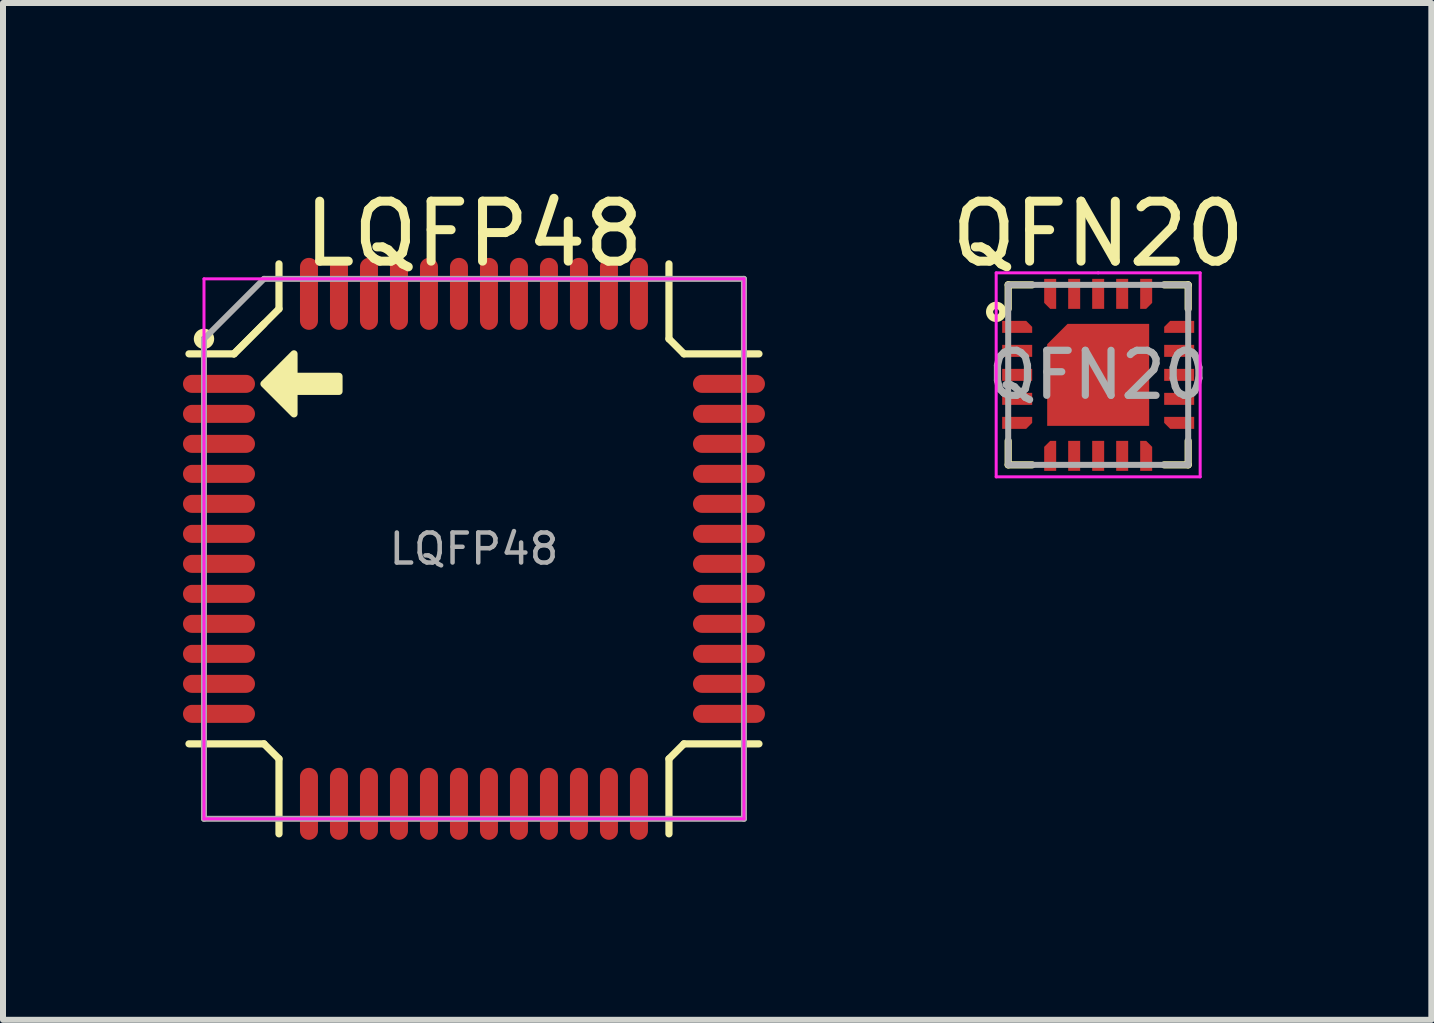
<source format=kicad_pcb>
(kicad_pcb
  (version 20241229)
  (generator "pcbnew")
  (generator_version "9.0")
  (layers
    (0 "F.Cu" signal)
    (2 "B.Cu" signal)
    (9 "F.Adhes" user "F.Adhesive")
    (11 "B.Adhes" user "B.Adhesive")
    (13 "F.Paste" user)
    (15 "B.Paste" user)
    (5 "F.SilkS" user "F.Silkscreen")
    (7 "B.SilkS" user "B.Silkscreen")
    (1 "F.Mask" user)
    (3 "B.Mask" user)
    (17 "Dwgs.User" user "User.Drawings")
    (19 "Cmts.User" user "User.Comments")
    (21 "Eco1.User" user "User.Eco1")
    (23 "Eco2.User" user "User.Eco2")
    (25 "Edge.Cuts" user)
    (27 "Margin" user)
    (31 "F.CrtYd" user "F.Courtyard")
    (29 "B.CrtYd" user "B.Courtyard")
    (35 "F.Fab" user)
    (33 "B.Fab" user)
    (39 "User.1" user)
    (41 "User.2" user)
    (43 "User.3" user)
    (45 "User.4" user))
  (footprint "QFN20"
    (layer "F.Cu")
    (at 15.254 3.198)
    (property "Reference" "QFN20" (at 0 -2.35 0) (unlocked yes) (layer "F.SilkS") (effects (font (size 1 1) (thickness 0.15))))
    (attr smd)
    (fp_line (start -1.5 -1.5) (end -1.1 -1.5) (stroke (width 0.12) (type solid)) (layer "F.SilkS"))
    (fp_line (start -1.5 -1.1) (end -1.5 -1.5) (stroke (width 0.12) (type solid)) (layer "F.SilkS"))
    (fp_line (start -1.5 1.5) (end -1.5 1.1) (stroke (width 0.12) (type solid)) (layer "F.SilkS"))
    (fp_line (start -1.1 1.5) (end -1.5 1.5) (stroke (width 0.12) (type solid)) (layer "F.SilkS"))
    (fp_line (start 1.1 -1.5) (end 1.5 -1.5) (stroke (width 0.12) (type solid)) (layer "F.SilkS"))
    (fp_line (start 1.5 -1.5) (end 1.5 -1.1) (stroke (width 0.12) (type solid)) (layer "F.SilkS"))
    (fp_line (start 1.5 1.1) (end 1.5 1.5) (stroke (width 0.12) (type solid)) (layer "F.SilkS"))
    (fp_line (start 1.5 1.5) (end 1.1 1.5) (stroke (width 0.12) (type solid)) (layer "F.SilkS"))
    (fp_circle (center -1.7 -1.05) (end -1.65 -1.05) (stroke (width 0.12) (type solid)) (fill no) (layer "F.SilkS"))
    (fp_line (start -1.7 -1.7) (end 0 -1.7) (stroke (width 0.05) (type solid)) (layer "F.CrtYd"))
    (fp_line (start -1.7 1.7) (end -1.7 -1.7) (stroke (width 0.05) (type solid)) (layer "F.CrtYd"))
    (fp_line (start 0 -1.7) (end 1.7 -1.7) (stroke (width 0.05) (type solid)) (layer "F.CrtYd"))
    (fp_line (start 1.7 -1.7) (end 1.7 1.7) (stroke (width 0.05) (type solid)) (layer "F.CrtYd"))
    (fp_line (start 1.7 1.7) (end -1.7 1.7) (stroke (width 0.05) (type solid)) (layer "F.CrtYd"))
    (fp_line (start -1.5 -1.5) (end 1.5 -1.5) (stroke (width 0.1) (type solid)) (layer "F.Fab"))
    (fp_line (start -1.5 1.5) (end -1.5 -1.5) (stroke (width 0.1) (type solid)) (layer "F.Fab"))
    (fp_line (start 1.5 -1.5) (end 1.5 1.5) (stroke (width 0.1) (type solid)) (layer "F.Fab"))
    (fp_line (start 1.5 1.5) (end -1.5 1.5) (stroke (width 0.1) (type solid)) (layer "F.Fab"))
    (fp_text user "${REFERENCE}" (at 0 0 0) (unlocked yes) (layer "F.Fab") (effects (font (size 0.75 0.75) (thickness 0.12))))
    (pad "1" smd roundrect (at -1.35 -0.8 90) (size 0.2 0.5) (layers "F.Cu" "F.Mask" "F.Paste") (roundrect_rratio 0) (chamfer_ratio 0.5) (chamfer bottom_right))
    (pad "2" smd rect (at -1.35 -0.4 90) (size 0.2 0.5) (layers "F.Cu" "F.Mask" "F.Paste"))
    (pad "3" smd rect (at -1.35 0 90) (size 0.2 0.5) (layers "F.Cu" "F.Mask" "F.Paste"))
    (pad "4" smd rect (at -1.35 0.4 90) (size 0.2 0.5) (layers "F.Cu" "F.Mask" "F.Paste"))
    (pad "5" smd roundrect (at -1.35 0.8 90) (size 0.2 0.5) (layers "F.Cu" "F.Mask" "F.Paste") (roundrect_rratio 0) (chamfer_ratio 0.5) (chamfer bottom_left))
    (pad "6" smd roundrect (at -0.8 1.35 180) (size 0.2 0.5) (layers "F.Cu" "F.Mask" "F.Paste") (roundrect_rratio 0) (chamfer_ratio 0.5) (chamfer bottom_right))
    (pad "7" smd rect (at -0.4 1.35 180) (size 0.2 0.5) (layers "F.Cu" "F.Mask" "F.Paste"))
    (pad "8" smd rect (at 0 1.35 180) (size 0.2 0.5) (layers "F.Cu" "F.Mask" "F.Paste"))
    (pad "9" smd rect (at 0.4 1.35 180) (size 0.2 0.5) (layers "F.Cu" "F.Mask" "F.Paste"))
    (pad "10" smd roundrect (at 0.8 1.35 180) (size 0.2 0.5) (layers "F.Cu" "F.Mask" "F.Paste") (roundrect_rratio 0) (chamfer_ratio 0.5) (chamfer bottom_left))
    (pad "11" smd roundrect (at 1.35 0.8 270) (size 0.2 0.5) (layers "F.Cu" "F.Mask" "F.Paste") (roundrect_rratio 0) (chamfer_ratio 0.5) (chamfer bottom_right))
    (pad "12" smd rect (at 1.35 0.4 270) (size 0.2 0.5) (layers "F.Cu" "F.Mask" "F.Paste"))
    (pad "13" smd rect (at 1.35 0 270) (size 0.2 0.5) (layers "F.Cu" "F.Mask" "F.Paste"))
    (pad "14" smd rect (at 1.35 -0.4 270) (size 0.2 0.5) (layers "F.Cu" "F.Mask" "F.Paste"))
    (pad "15" smd roundrect (at 1.35 -0.8 270) (size 0.2 0.5) (layers "F.Cu" "F.Mask" "F.Paste") (roundrect_rratio 0) (chamfer_ratio 0.5) (chamfer bottom_left))
    (pad "16" smd roundrect (at 0.8 -1.35) (size 0.2 0.5) (layers "F.Cu" "F.Mask" "F.Paste") (roundrect_rratio 0) (chamfer_ratio 0.5) (chamfer bottom_right))
    (pad "17" smd rect (at 0.4 -1.35) (size 0.2 0.5) (layers "F.Cu" "F.Mask" "F.Paste"))
    (pad "18" smd rect (at 0 -1.35) (size 0.2 0.5) (layers "F.Cu" "F.Mask" "F.Paste"))
    (pad "19" smd rect (at -0.4 -1.35) (size 0.2 0.5) (layers "F.Cu" "F.Mask" "F.Paste"))
    (pad "20" smd roundrect (at -0.8 -1.35) (size 0.2 0.5) (layers "F.Cu" "F.Mask" "F.Paste") (roundrect_rratio 0) (chamfer_ratio 0.5) (chamfer bottom_left))
    (pad "21" smd roundrect (at 0 0) (size 1.7 1.7) (layers "F.Cu" "F.Mask" "F.Paste") (roundrect_rratio 0) (chamfer_ratio 0.2) (chamfer top_left)))
  (footprint "LQFP48"
    (layer "F.Cu")
    (at 4.85 6.098)
    (property "Reference" "LQFP48" (at 0 -5.25 0) (layer "F.SilkS") (effects (font (size 1 1) (thickness 0.15))))
    (attr smd)
    (fp_line (start -4 -3.25) (end -4.75 -3.25) (stroke (width 0.12) (type solid)) (layer "F.SilkS"))
    (fp_line (start -4 -3.25) (end -3.25 -4) (stroke (width 0.12) (type solid)) (layer "F.SilkS"))
    (fp_line (start -3.5 -3.75) (end -4 -3.25) (stroke (width 0.12) (type solid)) (layer "F.SilkS"))
    (fp_line (start -3.5 3.25) (end -4.75 3.25) (stroke (width 0.12) (type solid)) (layer "F.SilkS"))
    (fp_line (start -3.25 -4.75) (end -3.25 -4) (stroke (width 0.12) (type solid)) (layer "F.SilkS"))
    (fp_line (start -3.25 3.5) (end -3.5 3.25) (stroke (width 0.12) (type solid)) (layer "F.SilkS"))
    (fp_line (start -3.25 4.75) (end -3.25 3.5) (stroke (width 0.12) (type solid)) (layer "F.SilkS"))
    (fp_line (start 3.25 -4.75) (end 3.25 -3.5) (stroke (width 0.12) (type solid)) (layer "F.SilkS"))
    (fp_line (start 3.25 -3.5) (end 3.5 -3.25) (stroke (width 0.12) (type solid)) (layer "F.SilkS"))
    (fp_line (start 3.25 3.5) (end 3.5 3.25) (stroke (width 0.12) (type solid)) (layer "F.SilkS"))
    (fp_line (start 3.25 4.75) (end 3.25 3.5) (stroke (width 0.12) (type solid)) (layer "F.SilkS"))
    (fp_line (start 3.5 -3.25) (end 4.75 -3.25) (stroke (width 0.12) (type solid)) (layer "F.SilkS"))
    (fp_line (start 3.5 3.25) (end 4.75 3.25) (stroke (width 0.12) (type solid)) (layer "F.SilkS"))
    (fp_circle (center -4.5 -3.5) (end -4.45 -3.5) (stroke (width 0.12) (type solid)) (fill no) (layer "F.SilkS"))
    (fp_poly (pts (xy -3 -2.25) (xy -3.5 -2.75) (xy -3 -3.25)) (stroke (width 0.12) (type solid)) (fill yes) (layer "F.SilkS"))
    (fp_poly (pts (xy -2.25 -2.625) (xy -3 -2.625) (xy -3 -2.875) (xy -2.25 -2.875)) (stroke (width 0.12) (type solid)) (fill yes) (layer "F.SilkS"))
    (fp_line (start -4.5 -4.5) (end 4.5 -4.5) (stroke (width 0.05) (type solid)) (layer "F.CrtYd"))
    (fp_line (start -4.5 4.5) (end -4.5 -4.5) (stroke (width 0.05) (type solid)) (layer "F.CrtYd"))
    (fp_line (start 4.5 -4.5) (end 4.5 4.5) (stroke (width 0.05) (type solid)) (layer "F.CrtYd"))
    (fp_line (start 4.5 4.5) (end -4.5 4.5) (stroke (width 0.05) (type solid)) (layer "F.CrtYd"))
    (fp_line (start -4.5 -3.5) (end -4.5 4.5) (stroke (width 0.1) (type solid)) (layer "F.Fab"))
    (fp_line (start -4.5 4.5) (end 4.5 4.5) (stroke (width 0.1) (type solid)) (layer "F.Fab"))
    (fp_line (start -3.5 -4.5) (end -4.5 -3.5) (stroke (width 0.1) (type solid)) (layer "F.Fab"))
    (fp_line (start 4.5 -4.5) (end -3.5 -4.5) (stroke (width 0.1) (type solid)) (layer "F.Fab"))
    (fp_line (start 4.5 4.5) (end 4.5 -4.5) (stroke (width 0.1) (type solid)) (layer "F.Fab"))
    (fp_text user "${REFERENCE}" (at 0 0 0) (unlocked yes) (layer "F.Fab") (effects (font (size 0.5 0.5) (thickness 0.075))))
    (pad "1" smd oval (at -4.25 -2.75 90) (size 0.3 1.2) (layers "F.Cu" "F.Mask" "F.Paste"))
    (pad "2" smd oval (at -4.25 -2.25 90) (size 0.3 1.2) (layers "F.Cu" "F.Mask" "F.Paste"))
    (pad "3" smd oval (at -4.25 -1.75 90) (size 0.3 1.2) (layers "F.Cu" "F.Mask" "F.Paste"))
    (pad "4" smd oval (at -4.25 -1.25 90) (size 0.3 1.2) (layers "F.Cu" "F.Mask" "F.Paste"))
    (pad "5" smd oval (at -4.25 -0.75 90) (size 0.3 1.2) (layers "F.Cu" "F.Mask" "F.Paste"))
    (pad "6" smd oval (at -4.25 -0.25 90) (size 0.3 1.2) (layers "F.Cu" "F.Mask" "F.Paste"))
    (pad "7" smd oval (at -4.25 0.25 90) (size 0.3 1.2) (layers "F.Cu" "F.Mask" "F.Paste"))
    (pad "8" smd oval (at -4.25 0.75 90) (size 0.3 1.2) (layers "F.Cu" "F.Mask" "F.Paste"))
    (pad "9" smd oval (at -4.25 1.25 90) (size 0.3 1.2) (layers "F.Cu" "F.Mask" "F.Paste"))
    (pad "10" smd oval (at -4.25 1.75 90) (size 0.3 1.2) (layers "F.Cu" "F.Mask" "F.Paste"))
    (pad "11" smd oval (at -4.25 2.25 90) (size 0.3 1.2) (layers "F.Cu" "F.Mask" "F.Paste"))
    (pad "12" smd oval (at -4.25 2.75 90) (size 0.3 1.2) (layers "F.Cu" "F.Mask" "F.Paste"))
    (pad "13" smd oval (at -2.75 4.25) (size 0.3 1.2) (layers "F.Cu" "F.Mask" "F.Paste"))
    (pad "14" smd oval (at -2.25 4.25) (size 0.3 1.2) (layers "F.Cu" "F.Mask" "F.Paste"))
    (pad "15" smd oval (at -1.75 4.25) (size 0.3 1.2) (layers "F.Cu" "F.Mask" "F.Paste"))
    (pad "16" smd oval (at -1.25 4.25) (size 0.3 1.2) (layers "F.Cu" "F.Mask" "F.Paste"))
    (pad "17" smd oval (at -0.75 4.25) (size 0.3 1.2) (layers "F.Cu" "F.Mask" "F.Paste"))
    (pad "18" smd oval (at -0.25 4.25) (size 0.3 1.2) (layers "F.Cu" "F.Mask" "F.Paste"))
    (pad "19" smd oval (at 0.25 4.25) (size 0.3 1.2) (layers "F.Cu" "F.Mask" "F.Paste"))
    (pad "20" smd oval (at 0.75 4.25) (size 0.3 1.2) (layers "F.Cu" "F.Mask" "F.Paste"))
    (pad "21" smd oval (at 1.25 4.25) (size 0.3 1.2) (layers "F.Cu" "F.Mask" "F.Paste"))
    (pad "22" smd oval (at 1.75 4.25) (size 0.3 1.2) (layers "F.Cu" "F.Mask" "F.Paste"))
    (pad "23" smd oval (at 2.25 4.25) (size 0.3 1.2) (layers "F.Cu" "F.Mask" "F.Paste"))
    (pad "24" smd oval (at 2.75 4.25) (size 0.3 1.2) (layers "F.Cu" "F.Mask" "F.Paste"))
    (pad "25" smd oval (at 4.25 2.75 90) (size 0.3 1.2) (layers "F.Cu" "F.Mask" "F.Paste"))
    (pad "26" smd oval (at 4.25 2.25 90) (size 0.3 1.2) (layers "F.Cu" "F.Mask" "F.Paste"))
    (pad "27" smd oval (at 4.25 1.75 90) (size 0.3 1.2) (layers "F.Cu" "F.Mask" "F.Paste"))
    (pad "28" smd oval (at 4.25 1.25 90) (size 0.3 1.2) (layers "F.Cu" "F.Mask" "F.Paste"))
    (pad "29" smd oval (at 4.25 0.75 90) (size 0.3 1.2) (layers "F.Cu" "F.Mask" "F.Paste"))
    (pad "30" smd oval (at 4.25 0.25 90) (size 0.3 1.2) (layers "F.Cu" "F.Mask" "F.Paste"))
    (pad "31" smd oval (at 4.25 -0.25 90) (size 0.3 1.2) (layers "F.Cu" "F.Mask" "F.Paste"))
    (pad "32" smd oval (at 4.25 -0.75 90) (size 0.3 1.2) (layers "F.Cu" "F.Mask" "F.Paste"))
    (pad "33" smd oval (at 4.25 -1.25 90) (size 0.3 1.2) (layers "F.Cu" "F.Mask" "F.Paste"))
    (pad "34" smd oval (at 4.25 -1.75 90) (size 0.3 1.2) (layers "F.Cu" "F.Mask" "F.Paste"))
    (pad "35" smd oval (at 4.25 -2.25 90) (size 0.3 1.2) (layers "F.Cu" "F.Mask" "F.Paste"))
    (pad "36" smd oval (at 4.25 -2.75 90) (size 0.3 1.2) (layers "F.Cu" "F.Mask" "F.Paste"))
    (pad "37" smd oval (at 2.75 -4.25) (size 0.3 1.2) (layers "F.Cu" "F.Mask" "F.Paste"))
    (pad "38" smd oval (at 2.25 -4.25) (size 0.3 1.2) (layers "F.Cu" "F.Mask" "F.Paste"))
    (pad "39" smd oval (at 1.75 -4.25) (size 0.3 1.2) (layers "F.Cu" "F.Mask" "F.Paste"))
    (pad "40" smd oval (at 1.25 -4.25) (size 0.3 1.2) (layers "F.Cu" "F.Mask" "F.Paste"))
    (pad "41" smd oval (at 0.75 -4.25) (size 0.3 1.2) (layers "F.Cu" "F.Mask" "F.Paste"))
    (pad "42" smd oval (at 0.25 -4.25) (size 0.3 1.2) (layers "F.Cu" "F.Mask" "F.Paste"))
    (pad "43" smd oval (at -0.25 -4.25) (size 0.3 1.2) (layers "F.Cu" "F.Mask" "F.Paste"))
    (pad "44" smd oval (at -0.75 -4.25) (size 0.3 1.2) (layers "F.Cu" "F.Mask" "F.Paste"))
    (pad "45" smd oval (at -1.25 -4.25) (size 0.3 1.2) (layers "F.Cu" "F.Mask" "F.Paste"))
    (pad "46" smd oval (at -1.75 -4.25) (size 0.3 1.2) (layers "F.Cu" "F.Mask" "F.Paste"))
    (pad "47" smd oval (at -2.25 -4.25) (size 0.3 1.2) (layers "F.Cu" "F.Mask" "F.Paste"))
    (pad "48" smd oval (at -2.75 -4.25) (size 0.3 1.2) (layers "F.Cu" "F.Mask" "F.Paste")))
  (gr_rect
    (start -3 -3)
    (end 20.807 13.948)
    (stroke (width 0.1) (type default))
    (fill no)
    (layer "Edge.Cuts")))
</source>
